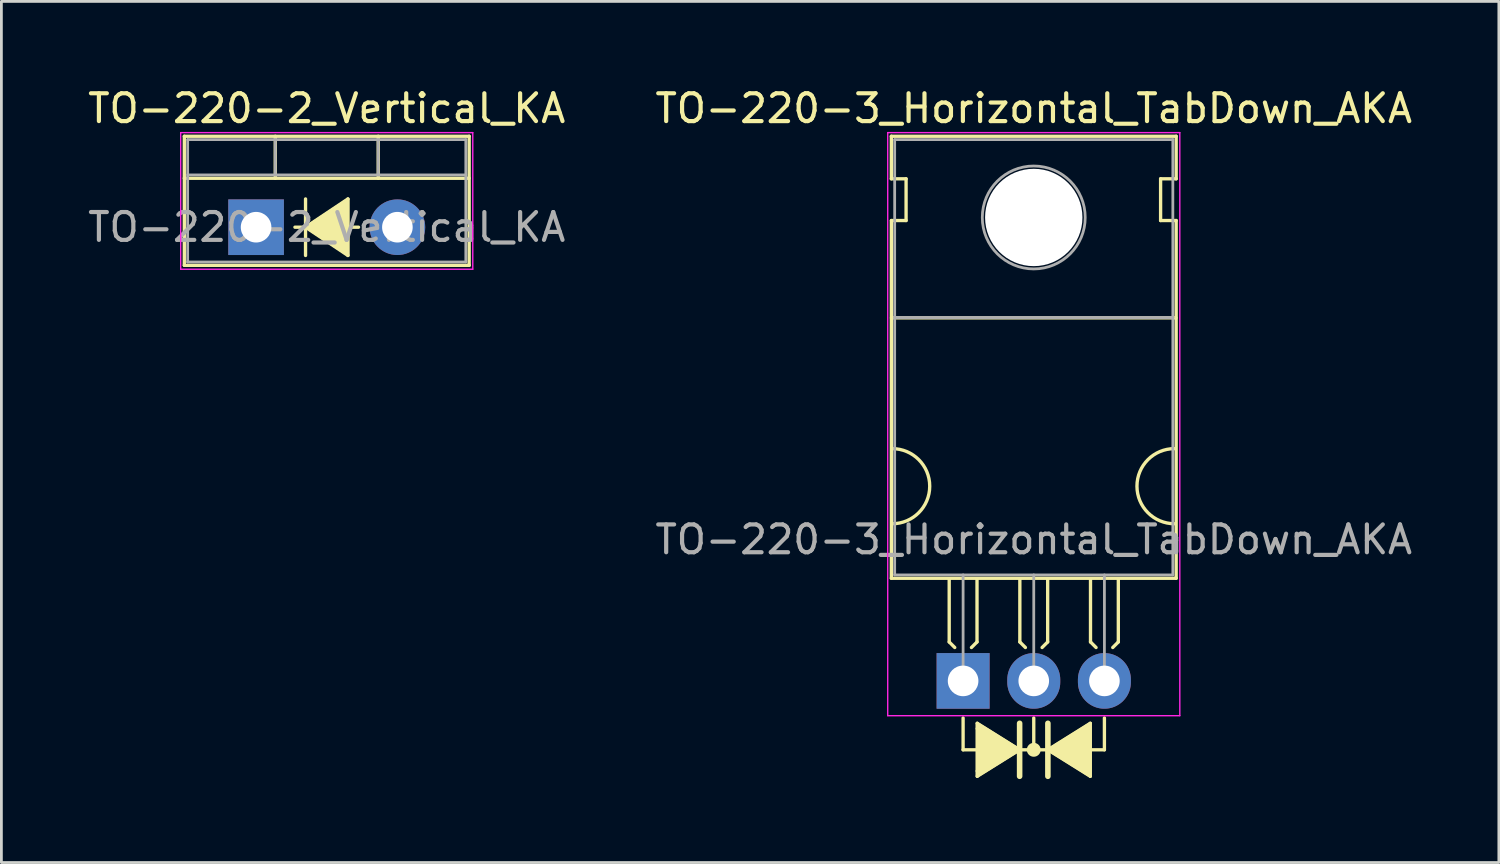
<source format=kicad_pcb>
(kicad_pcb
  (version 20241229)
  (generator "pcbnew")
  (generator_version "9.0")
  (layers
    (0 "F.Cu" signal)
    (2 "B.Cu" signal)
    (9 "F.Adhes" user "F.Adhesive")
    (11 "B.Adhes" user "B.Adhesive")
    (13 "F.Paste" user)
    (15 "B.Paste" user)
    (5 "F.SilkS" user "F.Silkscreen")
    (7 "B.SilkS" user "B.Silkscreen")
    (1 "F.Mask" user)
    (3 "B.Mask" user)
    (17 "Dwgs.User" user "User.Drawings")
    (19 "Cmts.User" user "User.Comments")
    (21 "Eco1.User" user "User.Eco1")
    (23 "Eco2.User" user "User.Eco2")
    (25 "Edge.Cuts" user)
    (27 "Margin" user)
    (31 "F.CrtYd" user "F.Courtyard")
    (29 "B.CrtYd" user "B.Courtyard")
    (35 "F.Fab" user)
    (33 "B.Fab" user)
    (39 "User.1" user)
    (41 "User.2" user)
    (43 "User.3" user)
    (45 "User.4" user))
  (footprint "TO-220-2_Vertical_KA"
    (layer "F.Cu")
    (at 6.156 5.118)
    (property "Reference" "TO-220-2_Vertical_KA" (at 2.54 -4.27 0) (layer "F.SilkS") (effects (font (size 1 1) (thickness 0.15))))
    (attr through_hole)
    (fp_line (start -2.58 -3.27) (end -2.58 1.371) (stroke (width 0.12) (type solid)) (layer "F.SilkS"))
    (fp_line (start -2.58 -3.27) (end 7.66 -3.27) (stroke (width 0.12) (type solid)) (layer "F.SilkS"))
    (fp_line (start -2.58 -1.76) (end 7.66 -1.76) (stroke (width 0.12) (type solid)) (layer "F.SilkS"))
    (fp_line (start -2.58 1.371) (end 7.66 1.371) (stroke (width 0.12) (type solid)) (layer "F.SilkS"))
    (fp_line (start 0.69 -3.27) (end 0.69 -1.76) (stroke (width 0.12) (type solid)) (layer "F.SilkS"))
    (fp_line (start 1.397 0) (end 1.778 0) (stroke (width 0.12) (type solid)) (layer "F.SilkS"))
    (fp_line (start 1.778 0) (end 1.778 -1.016) (stroke (width 0.12) (type solid)) (layer "F.SilkS"))
    (fp_line (start 1.778 0) (end 1.778 1.016) (stroke (width 0.12) (type solid)) (layer "F.SilkS"))
    (fp_line (start 1.778 0) (end 3.302 1.016) (stroke (width 0.12) (type solid)) (layer "F.SilkS"))
    (fp_line (start 3.302 -1.016) (end 1.778 0) (stroke (width 0.12) (type solid)) (layer "F.SilkS"))
    (fp_line (start 3.302 0) (end 3.683 0) (stroke (width 0.12) (type solid)) (layer "F.SilkS"))
    (fp_line (start 3.302 1.016) (end 3.302 -1.016) (stroke (width 0.12) (type solid)) (layer "F.SilkS"))
    (fp_line (start 4.391 -3.27) (end 4.391 -1.76) (stroke (width 0.12) (type solid)) (layer "F.SilkS"))
    (fp_line (start 7.66 -3.27) (end 7.66 1.371) (stroke (width 0.12) (type solid)) (layer "F.SilkS"))
    (fp_poly (pts (xy 3.3 1) (xy 1.8 0) (xy 3.3 -1)) (stroke (width 0.1) (type solid)) (fill yes) (layer "F.SilkS"))
    (fp_line (start -2.71 -3.4) (end -2.71 1.51) (stroke (width 0.05) (type solid)) (layer "F.CrtYd"))
    (fp_line (start -2.71 1.51) (end 7.79 1.51) (stroke (width 0.05) (type solid)) (layer "F.CrtYd"))
    (fp_line (start 7.79 -3.4) (end -2.71 -3.4) (stroke (width 0.05) (type solid)) (layer "F.CrtYd"))
    (fp_line (start 7.79 1.51) (end 7.79 -3.4) (stroke (width 0.05) (type solid)) (layer "F.CrtYd"))
    (fp_line (start -2.46 -3.15) (end -2.46 1.25) (stroke (width 0.1) (type solid)) (layer "F.Fab"))
    (fp_line (start -2.46 -1.88) (end 7.54 -1.88) (stroke (width 0.1) (type solid)) (layer "F.Fab"))
    (fp_line (start -2.46 1.25) (end 7.54 1.25) (stroke (width 0.1) (type solid)) (layer "F.Fab"))
    (fp_line (start 0.69 -3.15) (end 0.69 -1.88) (stroke (width 0.1) (type solid)) (layer "F.Fab"))
    (fp_line (start 4.39 -3.15) (end 4.39 -1.88) (stroke (width 0.1) (type solid)) (layer "F.Fab"))
    (fp_line (start 7.54 -3.15) (end -2.46 -3.15) (stroke (width 0.1) (type solid)) (layer "F.Fab"))
    (fp_line (start 7.54 1.25) (end 7.54 -3.15) (stroke (width 0.1) (type solid)) (layer "F.Fab"))
    (fp_text user "${REFERENCE}" (at 2.54 0 0) (layer "F.Fab") (effects (font (size 1 1) (thickness 0.15))))
    (pad "1" thru_hole rect (at 0 0) (size 2 2) (drill 1.1) (layers "*.Cu" "*.Mask"))
    (pad "2" thru_hole oval (at 5.08 0) (size 2 2) (drill 1.1) (layers "*.Cu" "*.Mask")))
  (footprint "TO-220-3_Horizontal_TabDown_AKA"
    (layer "F.Cu")
    (at 31.573 21.428)
    (property "Reference" "TO-220-3_Horizontal_TabDown_AKA" (at 2.54 -20.58 0) (layer "F.SilkS") (effects (font (size 1 1) (thickness 0.15))))
    (attr through_hole)
    (fp_line (start -2.58 -19.58) (end -2.58 -18.05) (stroke (width 0.12) (type solid)) (layer "F.SilkS"))
    (fp_line (start -2.58 -19.58) (end 7.66 -19.58) (stroke (width 0.12) (type solid)) (layer "F.SilkS"))
    (fp_line (start -2.58 -18.05) (end -2.05 -18.05) (stroke (width 0.12) (type solid)) (layer "F.SilkS"))
    (fp_line (start -2.58 -16.55) (end -2.58 -3.69) (stroke (width 0.12) (type solid)) (layer "F.SilkS"))
    (fp_line (start -2.58 -3.69) (end 7.66 -3.69) (stroke (width 0.12) (type solid)) (layer "F.SilkS"))
    (fp_line (start -2.575 -13.05) (end 7.65 -13.05) (stroke (width 0.12) (type solid)) (layer "F.SilkS"))
    (fp_line (start -2.05 -18.05) (end -2.05 -16.55) (stroke (width 0.12) (type solid)) (layer "F.SilkS"))
    (fp_line (start -2.05 -16.55) (end -2.575 -16.55) (stroke (width 0.12) (type solid)) (layer "F.SilkS"))
    (fp_line (start -0.5 -3.65) (end -0.5 -1.4) (stroke (width 0.12) (type solid)) (layer "F.SilkS"))
    (fp_line (start -0.5 -1.4) (end -0.3 -1.2) (stroke (width 0.12) (type solid)) (layer "F.SilkS"))
    (fp_line (start 0 1.333) (end 0 2.477) (stroke (width 0.12) (type solid)) (layer "F.SilkS"))
    (fp_line (start 0 2.477) (end 0.508 2.477) (stroke (width 0.12) (type solid)) (layer "F.SilkS"))
    (fp_line (start 0.5 -3.65) (end 0.5 -1.4) (stroke (width 0.12) (type solid)) (layer "F.SilkS"))
    (fp_line (start 0.5 -1.4) (end 0.3 -1.2) (stroke (width 0.12) (type solid)) (layer "F.SilkS"))
    (fp_line (start 0.508 1.714) (end 0.508 1.524) (stroke (width 0.12) (type solid)) (layer "F.SilkS"))
    (fp_line (start 0.508 1.714) (end 0.508 3.239) (stroke (width 0.12) (type solid)) (layer "F.SilkS"))
    (fp_line (start 0.508 3.239) (end 0.508 3.429) (stroke (width 0.12) (type solid)) (layer "F.SilkS"))
    (fp_line (start 2.032 2.477) (end 0.508 1.524) (stroke (width 0.12) (type solid)) (layer "F.SilkS"))
    (fp_line (start 2.032 2.477) (end 0.508 3.429) (stroke (width 0.12) (type solid)) (layer "F.SilkS"))
    (fp_line (start 2.032 3.429) (end 2.032 1.524) (stroke (width 0.2) (type solid)) (layer "F.SilkS"))
    (fp_line (start 2.04 -3.65) (end 2.04 -1.4) (stroke (width 0.12) (type solid)) (layer "F.SilkS"))
    (fp_line (start 2.04 -1.4) (end 2.24 -1.2) (stroke (width 0.12) (type solid)) (layer "F.SilkS"))
    (fp_line (start 2.54 1.333) (end 2.54 2.477) (stroke (width 0.12) (type solid)) (layer "F.SilkS"))
    (fp_line (start 2.54 2.477) (end 2.032 2.477) (stroke (width 0.12) (type solid)) (layer "F.SilkS"))
    (fp_line (start 2.54 2.477) (end 3.048 2.477) (stroke (width 0.12) (type solid)) (layer "F.SilkS"))
    (fp_line (start 3.04 -3.65) (end 3.04 -1.4) (stroke (width 0.12) (type solid)) (layer "F.SilkS"))
    (fp_line (start 3.04 -1.4) (end 2.84 -1.2) (stroke (width 0.12) (type solid)) (layer "F.SilkS"))
    (fp_line (start 3.048 1.524) (end 3.048 3.429) (stroke (width 0.2) (type solid)) (layer "F.SilkS"))
    (fp_line (start 3.048 2.477) (end 4.572 3.429) (stroke (width 0.12) (type solid)) (layer "F.SilkS"))
    (fp_line (start 4.572 1.524) (end 3.048 2.477) (stroke (width 0.12) (type solid)) (layer "F.SilkS"))
    (fp_line (start 4.572 3.429) (end 4.572 1.524) (stroke (width 0.12) (type solid)) (layer "F.SilkS"))
    (fp_line (start 4.58 -3.65) (end 4.58 -1.4) (stroke (width 0.12) (type solid)) (layer "F.SilkS"))
    (fp_line (start 4.58 -1.4) (end 4.78 -1.2) (stroke (width 0.12) (type solid)) (layer "F.SilkS"))
    (fp_line (start 5.08 1.333) (end 5.08 2.477) (stroke (width 0.12) (type solid)) (layer "F.SilkS"))
    (fp_line (start 5.08 2.477) (end 4.572 2.477) (stroke (width 0.12) (type solid)) (layer "F.SilkS"))
    (fp_line (start 5.58 -3.65) (end 5.58 -1.4) (stroke (width 0.12) (type solid)) (layer "F.SilkS"))
    (fp_line (start 5.58 -1.4) (end 5.38 -1.2) (stroke (width 0.12) (type solid)) (layer "F.SilkS"))
    (fp_line (start 7.1 -18.05) (end 7.66 -18.05) (stroke (width 0.12) (type solid)) (layer "F.SilkS"))
    (fp_line (start 7.1 -16.55) (end 7.1 -18.05) (stroke (width 0.12) (type solid)) (layer "F.SilkS"))
    (fp_line (start 7.66 -19.58) (end 7.66 -18.05) (stroke (width 0.12) (type solid)) (layer "F.SilkS"))
    (fp_line (start 7.66 -16.55) (end 7.1 -16.55) (stroke (width 0.12) (type solid)) (layer "F.SilkS"))
    (fp_line (start 7.66 -16.55) (end 7.66 -3.69) (stroke (width 0.12) (type solid)) (layer "F.SilkS"))
    (fp_arc (start -2.55 -8.35) (mid -1.2 -7) (end -2.55 -5.65) (stroke (width 0.12) (type solid)) (layer "F.SilkS"))
    (fp_arc (start 7.6 -5.65) (mid 6.25 -7) (end 7.6 -8.35) (stroke (width 0.12) (type solid)) (layer "F.SilkS"))
    (fp_circle (center 2.54 2.477) (end 2.54 2.54) (stroke (width 0.12) (type solid)) (fill no) (layer "F.SilkS"))
    (fp_circle (center 2.54 2.477) (end 2.54 2.603) (stroke (width 0.12) (type solid)) (fill no) (layer "F.SilkS"))
    (fp_circle (center 2.54 2.477) (end 2.54 2.667) (stroke (width 0.12) (type solid)) (fill no) (layer "F.SilkS"))
    (fp_poly (pts (xy 2.032 2.477) (xy 0.508 3.429) (xy 0.508 1.524)) (stroke (width 0.1) (type solid)) (fill yes) (layer "F.SilkS"))
    (fp_poly (pts (xy 4.572 3.429) (xy 3.048 2.477) (xy 4.572 1.524)) (stroke (width 0.1) (type solid)) (fill yes) (layer "F.SilkS"))
    (fp_line (start -2.71 -19.71) (end -2.71 1.25) (stroke (width 0.05) (type solid)) (layer "F.CrtYd"))
    (fp_line (start -2.71 1.25) (end 7.79 1.25) (stroke (width 0.05) (type solid)) (layer "F.CrtYd"))
    (fp_line (start 7.79 -19.71) (end -2.71 -19.71) (stroke (width 0.05) (type solid)) (layer "F.CrtYd"))
    (fp_line (start 7.79 1.25) (end 7.79 -19.71) (stroke (width 0.05) (type solid)) (layer "F.CrtYd"))
    (fp_line (start -2.46 -19.46) (end 7.54 -19.46) (stroke (width 0.1) (type solid)) (layer "F.Fab"))
    (fp_line (start -2.46 -13.06) (end -2.46 -19.46) (stroke (width 0.1) (type solid)) (layer "F.Fab"))
    (fp_line (start -2.46 -13.06) (end 7.54 -13.06) (stroke (width 0.1) (type solid)) (layer "F.Fab"))
    (fp_line (start -2.46 -3.81) (end -2.46 -13.06) (stroke (width 0.1) (type solid)) (layer "F.Fab"))
    (fp_line (start 0 -3.81) (end 0 0) (stroke (width 0.1) (type solid)) (layer "F.Fab"))
    (fp_line (start 2.54 -3.81) (end 2.54 0) (stroke (width 0.1) (type solid)) (layer "F.Fab"))
    (fp_line (start 5.08 -3.81) (end 5.08 0) (stroke (width 0.1) (type solid)) (layer "F.Fab"))
    (fp_line (start 7.54 -19.46) (end 7.54 -13.06) (stroke (width 0.1) (type solid)) (layer "F.Fab"))
    (fp_line (start 7.54 -13.06) (end -2.46 -13.06) (stroke (width 0.1) (type solid)) (layer "F.Fab"))
    (fp_line (start 7.54 -13.06) (end 7.54 -3.81) (stroke (width 0.1) (type solid)) (layer "F.Fab"))
    (fp_line (start 7.54 -3.81) (end -2.46 -3.81) (stroke (width 0.1) (type solid)) (layer "F.Fab"))
    (fp_circle (center 2.54 -16.66) (end 4.39 -16.66) (stroke (width 0.1) (type solid)) (fill no) (layer "F.Fab"))
    (fp_text user "${REFERENCE}" (at 2.54 -5.08 0) (layer "F.Fab") (effects (font (size 1 1) (thickness 0.15))))
    (pad "" np_thru_hole oval (at 2.54 -16.66) (size 3.5 3.5) (drill 3.5) (layers "*.Cu" "*.Mask"))
    (pad "1" thru_hole rect (at 0 0) (size 1.905 2) (drill 1.1) (layers "*.Cu" "*.Mask"))
    (pad "2" thru_hole oval (at 2.54 0) (size 1.905 2) (drill 1.1) (layers "*.Cu" "*.Mask"))
    (pad "3" thru_hole oval (at 5.08 0) (size 1.905 2) (drill 1.1) (layers "*.Cu" "*.Mask")))
  (gr_rect
    (start -3 -3)
    (end 50.833 27.957)
    (stroke (width 0.1) (type default))
    (fill no)
    (layer "Edge.Cuts")))
</source>
